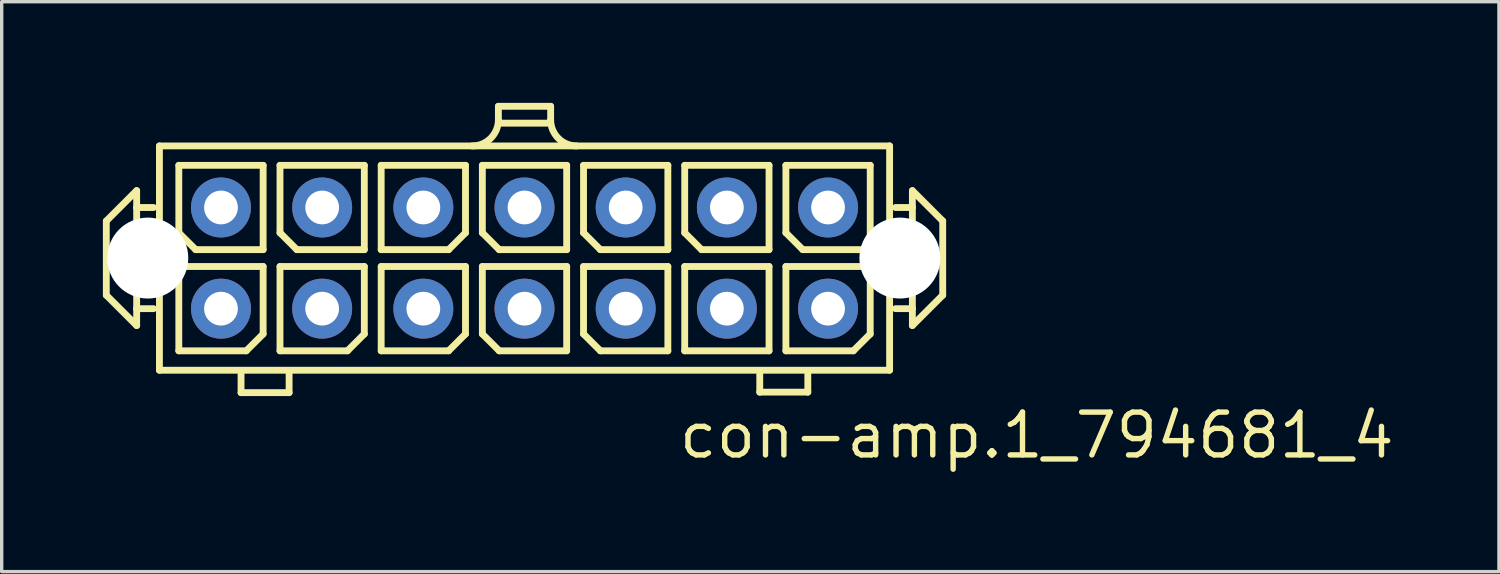
<source format=kicad_pcb>
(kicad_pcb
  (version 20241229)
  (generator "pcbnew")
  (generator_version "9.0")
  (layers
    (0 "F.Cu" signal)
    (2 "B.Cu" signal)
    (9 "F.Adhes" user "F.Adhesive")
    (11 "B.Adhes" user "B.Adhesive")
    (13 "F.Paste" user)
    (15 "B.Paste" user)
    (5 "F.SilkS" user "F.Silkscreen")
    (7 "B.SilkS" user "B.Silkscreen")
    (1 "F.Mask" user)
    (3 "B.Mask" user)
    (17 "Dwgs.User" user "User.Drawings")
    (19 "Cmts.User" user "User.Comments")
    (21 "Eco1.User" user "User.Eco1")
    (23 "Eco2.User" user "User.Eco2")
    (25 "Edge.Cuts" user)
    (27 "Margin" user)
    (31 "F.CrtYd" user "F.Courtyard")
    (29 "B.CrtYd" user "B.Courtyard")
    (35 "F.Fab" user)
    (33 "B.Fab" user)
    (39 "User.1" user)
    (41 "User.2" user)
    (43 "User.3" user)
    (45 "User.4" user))
  (footprint "con-amp.1_794681_4"
    (layer "F.Cu")
    (at 12.502 4.602)
    (property "Reference" "con-amp.1_794681_4" (at 4.5 6 0) (layer "F.SilkS") (effects (font (size 1.27 1.27) (thickness 0.16)) (justify left bottom)))
    (attr through_hole)
    (fp_line (start -12.4 -1.1) (end -11.5 -2) (stroke (width 0.203) (type default)) (layer "F.SilkS"))
    (fp_line (start -12.4 1.1) (end -12.4 -1.1) (stroke (width 0.203) (type default)) (layer "F.SilkS"))
    (fp_line (start -11.5 -2) (end -11.5 -1.5) (stroke (width 0.203) (type default)) (layer "F.SilkS"))
    (fp_line (start -11.5 -1.5) (end -11.5 1.5) (stroke (width 0.203) (type default)) (layer "F.SilkS"))
    (fp_line (start -11.5 -1.5) (end -11 -1.5) (stroke (width 0.203) (type default)) (layer "F.SilkS"))
    (fp_line (start -11.5 1.5) (end -11.5 2) (stroke (width 0.203) (type default)) (layer "F.SilkS"))
    (fp_line (start -11.5 1.5) (end -11 1.5) (stroke (width 0.203) (type default)) (layer "F.SilkS"))
    (fp_line (start -11.5 2) (end -12.4 1.1) (stroke (width 0.203) (type default)) (layer "F.SilkS"))
    (fp_line (start -10.825 -3.325) (end 10.825 -3.325) (stroke (width 0.203) (type default)) (layer "F.SilkS"))
    (fp_line (start -10.825 3.325) (end -10.825 -3.325) (stroke (width 0.203) (type default)) (layer "F.SilkS"))
    (fp_line (start -10.25 -2.75) (end -10.25 -0.75) (stroke (width 0.203) (type default)) (layer "F.SilkS"))
    (fp_line (start -10.25 0.25) (end -10.25 2.75) (stroke (width 0.203) (type default)) (layer "F.SilkS"))
    (fp_line (start -10.25 0.25) (end -7.75 0.25) (stroke (width 0.203) (type default)) (layer "F.SilkS"))
    (fp_line (start -10.25 2.75) (end -8.25 2.75) (stroke (width 0.203) (type default)) (layer "F.SilkS"))
    (fp_line (start -9.75 -0.25) (end -10.25 -0.75) (stroke (width 0.203) (type default)) (layer "F.SilkS"))
    (fp_line (start -9.75 -0.25) (end -7.75 -0.25) (stroke (width 0.203) (type default)) (layer "F.SilkS"))
    (fp_line (start -8.405 3.99) (end -8.405 3.44) (stroke (width 0.203) (type default)) (layer "F.SilkS"))
    (fp_line (start -8.25 2.75) (end -7.75 2.25) (stroke (width 0.203) (type default)) (layer "F.SilkS"))
    (fp_line (start -7.75 -2.75) (end -10.25 -2.75) (stroke (width 0.203) (type default)) (layer "F.SilkS"))
    (fp_line (start -7.75 -2.75) (end -7.75 -0.25) (stroke (width 0.203) (type default)) (layer "F.SilkS"))
    (fp_line (start -7.75 0.25) (end -7.75 2.25) (stroke (width 0.203) (type default)) (layer "F.SilkS"))
    (fp_line (start -7.25 -2.75) (end -7.25 -0.75) (stroke (width 0.203) (type default)) (layer "F.SilkS"))
    (fp_line (start -7.25 0.25) (end -7.25 2.75) (stroke (width 0.203) (type default)) (layer "F.SilkS"))
    (fp_line (start -7.25 0.25) (end -4.75 0.25) (stroke (width 0.203) (type default)) (layer "F.SilkS"))
    (fp_line (start -7.25 2.75) (end -5.25 2.75) (stroke (width 0.203) (type default)) (layer "F.SilkS"))
    (fp_line (start -6.98 3.99) (end -8.405 3.99) (stroke (width 0.203) (type default)) (layer "F.SilkS"))
    (fp_line (start -6.98 3.99) (end -6.98 3.44) (stroke (width 0.203) (type default)) (layer "F.SilkS"))
    (fp_line (start -6.75 -0.25) (end -7.25 -0.75) (stroke (width 0.203) (type default)) (layer "F.SilkS"))
    (fp_line (start -6.75 -0.25) (end -4.75 -0.25) (stroke (width 0.203) (type default)) (layer "F.SilkS"))
    (fp_line (start -5.25 2.75) (end -4.75 2.25) (stroke (width 0.203) (type default)) (layer "F.SilkS"))
    (fp_line (start -4.75 -2.75) (end -7.25 -2.75) (stroke (width 0.203) (type default)) (layer "F.SilkS"))
    (fp_line (start -4.75 -2.75) (end -4.75 -0.25) (stroke (width 0.203) (type default)) (layer "F.SilkS"))
    (fp_line (start -4.75 0.25) (end -4.75 2.25) (stroke (width 0.203) (type default)) (layer "F.SilkS"))
    (fp_line (start -4.25 -2.75) (end -4.25 -0.25) (stroke (width 0.203) (type default)) (layer "F.SilkS"))
    (fp_line (start -4.25 -0.25) (end -2.25 -0.25) (stroke (width 0.203) (type default)) (layer "F.SilkS"))
    (fp_line (start -4.25 0.25) (end -4.25 2.75) (stroke (width 0.203) (type default)) (layer "F.SilkS"))
    (fp_line (start -4.25 0.25) (end -1.75 0.25) (stroke (width 0.203) (type default)) (layer "F.SilkS"))
    (fp_line (start -4.25 2.75) (end -2.25 2.75) (stroke (width 0.203) (type default)) (layer "F.SilkS"))
    (fp_line (start -2.25 -0.25) (end -1.75 -0.75) (stroke (width 0.203) (type default)) (layer "F.SilkS"))
    (fp_line (start -2.25 2.75) (end -1.75 2.25) (stroke (width 0.203) (type default)) (layer "F.SilkS"))
    (fp_line (start -1.75 -2.75) (end -4.25 -2.75) (stroke (width 0.203) (type default)) (layer "F.SilkS"))
    (fp_line (start -1.75 -2.75) (end -1.75 -0.75) (stroke (width 0.203) (type default)) (layer "F.SilkS"))
    (fp_line (start -1.75 0.25) (end -1.75 2.25) (stroke (width 0.203) (type default)) (layer "F.SilkS"))
    (fp_line (start -1.25 -2.75) (end -1.25 -0.75) (stroke (width 0.203) (type default)) (layer "F.SilkS"))
    (fp_line (start -1.25 0.25) (end -1.25 2.25) (stroke (width 0.203) (type default)) (layer "F.SilkS"))
    (fp_line (start -1.25 0.25) (end 1.25 0.25) (stroke (width 0.203) (type default)) (layer "F.SilkS"))
    (fp_line (start -0.775 -4.5) (end 0.775 -4.5) (stroke (width 0.203) (type default)) (layer "F.SilkS"))
    (fp_line (start -0.775 -4.1) (end -0.775 -4.5) (stroke (width 0.203) (type default)) (layer "F.SilkS"))
    (fp_line (start -0.75 -0.25) (end -1.25 -0.75) (stroke (width 0.203) (type default)) (layer "F.SilkS"))
    (fp_line (start -0.75 -0.25) (end 1.25 -0.25) (stroke (width 0.203) (type default)) (layer "F.SilkS"))
    (fp_line (start -0.75 2.75) (end -1.25 2.25) (stroke (width 0.203) (type default)) (layer "F.SilkS"))
    (fp_line (start -0.75 2.75) (end 1.25 2.75) (stroke (width 0.203) (type default)) (layer "F.SilkS"))
    (fp_line (start 0.75 -4) (end -0.75 -4) (stroke (width 0.203) (type default)) (layer "F.SilkS"))
    (fp_line (start 0.775 -4.1) (end 0.775 -4.5) (stroke (width 0.203) (type default)) (layer "F.SilkS"))
    (fp_line (start 1.25 -2.75) (end -1.25 -2.75) (stroke (width 0.203) (type default)) (layer "F.SilkS"))
    (fp_line (start 1.25 -2.75) (end 1.25 -0.25) (stroke (width 0.203) (type default)) (layer "F.SilkS"))
    (fp_line (start 1.25 0.25) (end 1.25 2.75) (stroke (width 0.203) (type default)) (layer "F.SilkS"))
    (fp_line (start 1.75 -2.75) (end 1.75 -0.75) (stroke (width 0.203) (type default)) (layer "F.SilkS"))
    (fp_line (start 1.75 0.25) (end 1.75 2.25) (stroke (width 0.203) (type default)) (layer "F.SilkS"))
    (fp_line (start 1.75 0.25) (end 4.25 0.25) (stroke (width 0.203) (type default)) (layer "F.SilkS"))
    (fp_line (start 2.25 -0.25) (end 1.75 -0.75) (stroke (width 0.203) (type default)) (layer "F.SilkS"))
    (fp_line (start 2.25 -0.25) (end 4.25 -0.25) (stroke (width 0.203) (type default)) (layer "F.SilkS"))
    (fp_line (start 2.25 2.75) (end 1.75 2.25) (stroke (width 0.203) (type default)) (layer "F.SilkS"))
    (fp_line (start 2.25 2.75) (end 4.25 2.75) (stroke (width 0.203) (type default)) (layer "F.SilkS"))
    (fp_line (start 4.25 -2.75) (end 1.75 -2.75) (stroke (width 0.203) (type default)) (layer "F.SilkS"))
    (fp_line (start 4.25 -2.75) (end 4.25 -0.25) (stroke (width 0.203) (type default)) (layer "F.SilkS"))
    (fp_line (start 4.25 0.25) (end 4.25 2.75) (stroke (width 0.203) (type default)) (layer "F.SilkS"))
    (fp_line (start 4.75 -2.75) (end 4.75 -0.75) (stroke (width 0.203) (type default)) (layer "F.SilkS"))
    (fp_line (start 4.75 0.25) (end 4.75 2.75) (stroke (width 0.203) (type default)) (layer "F.SilkS"))
    (fp_line (start 4.75 0.25) (end 7.25 0.25) (stroke (width 0.203) (type default)) (layer "F.SilkS"))
    (fp_line (start 4.75 2.75) (end 7.25 2.75) (stroke (width 0.203) (type default)) (layer "F.SilkS"))
    (fp_line (start 5.25 -0.25) (end 4.75 -0.75) (stroke (width 0.203) (type default)) (layer "F.SilkS"))
    (fp_line (start 5.25 -0.25) (end 7.25 -0.25) (stroke (width 0.203) (type default)) (layer "F.SilkS"))
    (fp_line (start 6.975 3.975) (end 6.975 3.425) (stroke (width 0.203) (type default)) (layer "F.SilkS"))
    (fp_line (start 7.25 -2.75) (end 4.75 -2.75) (stroke (width 0.203) (type default)) (layer "F.SilkS"))
    (fp_line (start 7.25 -2.75) (end 7.25 -0.25) (stroke (width 0.203) (type default)) (layer "F.SilkS"))
    (fp_line (start 7.25 0.25) (end 7.25 2.75) (stroke (width 0.203) (type default)) (layer "F.SilkS"))
    (fp_line (start 7.75 -2.75) (end 7.75 -0.75) (stroke (width 0.203) (type default)) (layer "F.SilkS"))
    (fp_line (start 7.75 0.25) (end 7.75 2.75) (stroke (width 0.203) (type default)) (layer "F.SilkS"))
    (fp_line (start 7.75 0.25) (end 10.25 0.25) (stroke (width 0.203) (type default)) (layer "F.SilkS"))
    (fp_line (start 7.75 2.75) (end 9.75 2.75) (stroke (width 0.203) (type default)) (layer "F.SilkS"))
    (fp_line (start 8.25 -0.25) (end 7.75 -0.75) (stroke (width 0.203) (type default)) (layer "F.SilkS"))
    (fp_line (start 8.25 -0.25) (end 10.25 -0.25) (stroke (width 0.203) (type default)) (layer "F.SilkS"))
    (fp_line (start 8.4 3.975) (end 6.975 3.975) (stroke (width 0.203) (type default)) (layer "F.SilkS"))
    (fp_line (start 8.4 3.975) (end 8.4 3.425) (stroke (width 0.203) (type default)) (layer "F.SilkS"))
    (fp_line (start 9.75 2.75) (end 10.25 2.25) (stroke (width 0.203) (type default)) (layer "F.SilkS"))
    (fp_line (start 10.25 -2.75) (end 7.75 -2.75) (stroke (width 0.203) (type default)) (layer "F.SilkS"))
    (fp_line (start 10.25 -0.25) (end 10.25 -2.75) (stroke (width 0.203) (type default)) (layer "F.SilkS"))
    (fp_line (start 10.25 2.25) (end 10.25 0.25) (stroke (width 0.203) (type default)) (layer "F.SilkS"))
    (fp_line (start 10.825 -3.325) (end 10.825 3.325) (stroke (width 0.203) (type default)) (layer "F.SilkS"))
    (fp_line (start 10.825 3.325) (end -10.825 3.325) (stroke (width 0.203) (type default)) (layer "F.SilkS"))
    (fp_line (start 11.5 -2) (end 11.5 -1.5) (stroke (width 0.203) (type default)) (layer "F.SilkS"))
    (fp_line (start 11.5 -2) (end 12.4 -1.1) (stroke (width 0.203) (type default)) (layer "F.SilkS"))
    (fp_line (start 11.5 -1.5) (end 11 -1.5) (stroke (width 0.203) (type default)) (layer "F.SilkS"))
    (fp_line (start 11.5 -1.5) (end 11.5 1.5) (stroke (width 0.203) (type default)) (layer "F.SilkS"))
    (fp_line (start 11.5 1.5) (end 11 1.5) (stroke (width 0.203) (type default)) (layer "F.SilkS"))
    (fp_line (start 11.5 1.5) (end 11.5 2) (stroke (width 0.203) (type default)) (layer "F.SilkS"))
    (fp_line (start 12.4 -1.1) (end 12.4 1.1) (stroke (width 0.203) (type default)) (layer "F.SilkS"))
    (fp_line (start 12.4 1.1) (end 11.5 2) (stroke (width 0.203) (type default)) (layer "F.SilkS"))
    (fp_arc (start -0.775 -4.1) (mid -1.001992 -3.551992) (end -1.55 -3.325) (stroke (width 0.2032) (type default)) (layer "F.SilkS"))
    (fp_arc (start 1.55 -3.325) (mid 1.001992 -3.551992) (end 0.775 -4.1) (stroke (width 0.2032) (type default)) (layer "F.SilkS"))
    (pad "" np_thru_hole circle (at -11.17 0) (size 2.4 2.4) (drill 2.4) (layers "*.Cu" "*.Mask"))
    (pad "" np_thru_hole circle (at 11.13 0) (size 2.4 2.4) (drill 2.4) (layers "*.Cu" "*.Mask"))
    (pad "1" thru_hole circle (at 9 1.5) (size 1.778 1.778) (drill 1) (layers "*.Cu" "*.Mask"))
    (pad "2" thru_hole circle (at 9 -1.5) (size 1.778 1.778) (drill 1) (layers "*.Cu" "*.Mask"))
    (pad "3" thru_hole circle (at 6 1.5) (size 1.778 1.778) (drill 1) (layers "*.Cu" "*.Mask"))
    (pad "4" thru_hole circle (at 6 -1.5) (size 1.778 1.778) (drill 1) (layers "*.Cu" "*.Mask"))
    (pad "5" thru_hole circle (at 3 1.5) (size 1.778 1.778) (drill 1) (layers "*.Cu" "*.Mask"))
    (pad "6" thru_hole circle (at 3 -1.5) (size 1.778 1.778) (drill 1) (layers "*.Cu" "*.Mask"))
    (pad "7" thru_hole circle (at 0 1.5) (size 1.778 1.778) (drill 1) (layers "*.Cu" "*.Mask"))
    (pad "8" thru_hole circle (at 0 -1.5) (size 1.778 1.778) (drill 1) (layers "*.Cu" "*.Mask"))
    (pad "9" thru_hole circle (at -3 1.5) (size 1.778 1.778) (drill 1) (layers "*.Cu" "*.Mask"))
    (pad "10" thru_hole circle (at -3 -1.5) (size 1.778 1.778) (drill 1) (layers "*.Cu" "*.Mask"))
    (pad "11" thru_hole circle (at -6 1.5) (size 1.778 1.778) (drill 1) (layers "*.Cu" "*.Mask"))
    (pad "12" thru_hole circle (at -6 -1.5) (size 1.778 1.778) (drill 1) (layers "*.Cu" "*.Mask"))
    (pad "13" thru_hole circle (at -9 1.5) (size 1.778 1.778) (drill 1) (layers "*.Cu" "*.Mask"))
    (pad "14" thru_hole circle (at -9 -1.5) (size 1.778 1.778) (drill 1) (layers "*.Cu" "*.Mask")))
  (gr_rect
    (start -3 -3)
    (end 41.394 13.899)
    (stroke (width 0.1) (type default))
    (fill no)
    (layer "Edge.Cuts")))
</source>
